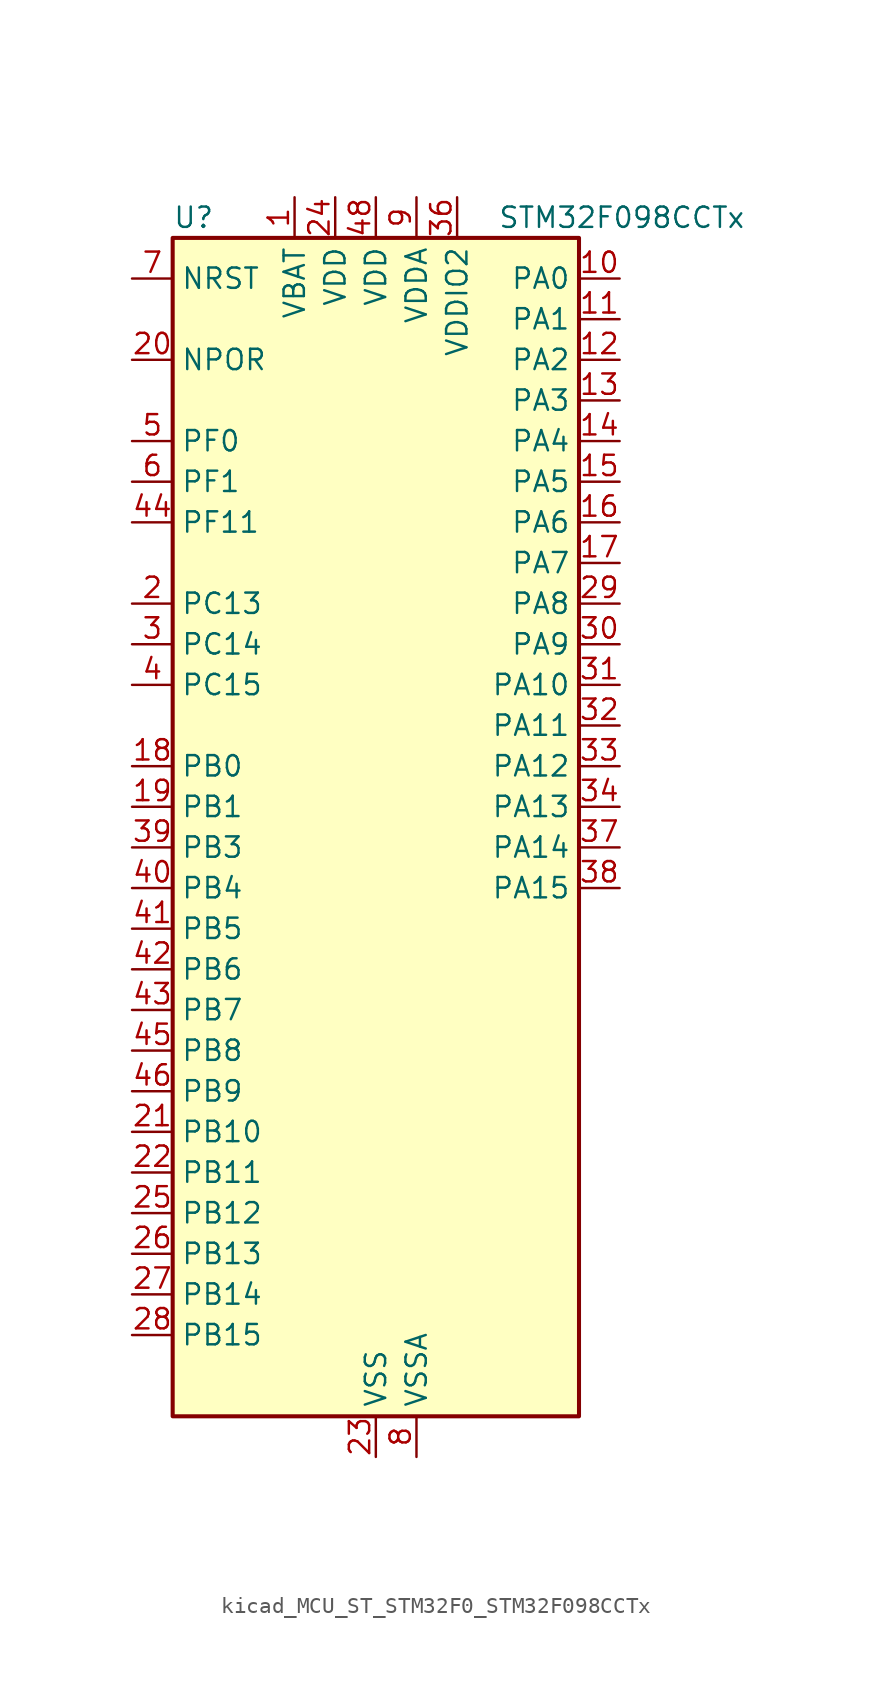
<source format=kicad_sym>
(kicad_symbol_lib
  (version 20220914)
  (generator kicad_symbol_editor)
  (symbol "kicad_MCU_ST_STM32F0_STM32F098CCTx"
    (property "Reference" "U"
      (at -12.7 39.37 0)
      (effects (font (size 1.27 1.27)) (justify left)))
    (property "Value" "STM32F098CCTx"
      (at 7.62 39.37 0)
      (effects (font (size 1.27 1.27)) (justify left)))
    (property "ki_locked" ""
      (at 0 0 0)
      (effects (font (size 1.27 1.27))))
    (symbol "kicad_MCU_ST_STM32F0_STM32F098CCTx_0_1"
      (rectangle (start -12.7 -35.56) (end 12.7 38.1) (stroke (width 0.254) (type default)) (fill (type background))))
    (symbol "kicad_MCU_ST_STM32F0_STM32F098CCTx_1_1"
      (pin power_in line (at -5.08 40.64 270) (length 2.54) (name "VBAT" (effects (font (size 1.27 1.27)))) (number "1" (effects (font (size 1.27 1.27)))))
      (pin bidirectional line (at 15.24 35.56 180) (length 2.54) (name "PA0" (effects (font (size 1.27 1.27)))) (number "10" (effects (font (size 1.27 1.27)))) (alternate "ADC_IN0" bidirectional line) (alternate "COMP1_INM" bidirectional line) (alternate "COMP1_OUT" bidirectional line) (alternate "RTC_TAMP2" bidirectional line) (alternate "SYS_WKUP1" bidirectional line) (alternate "TIM2_CH1" bidirectional line) (alternate "TIM2_ETR" bidirectional line) (alternate "TSC_G1_IO1" bidirectional line) (alternate "USART2_CTS" bidirectional line) (alternate "USART4_TX" bidirectional line))
      (pin bidirectional line (at 15.24 33.02 180) (length 2.54) (name "PA1" (effects (font (size 1.27 1.27)))) (number "11" (effects (font (size 1.27 1.27)))) (alternate "ADC_IN1" bidirectional line) (alternate "COMP1_INP" bidirectional line) (alternate "TIM15_CH1N" bidirectional line) (alternate "TIM2_CH2" bidirectional line) (alternate "TSC_G1_IO2" bidirectional line) (alternate "USART2_DE" bidirectional line) (alternate "USART2_RTS" bidirectional line) (alternate "USART4_RX" bidirectional line))
      (pin bidirectional line (at 15.24 30.48 180) (length 2.54) (name "PA2" (effects (font (size 1.27 1.27)))) (number "12" (effects (font (size 1.27 1.27)))) (alternate "ADC_IN2" bidirectional line) (alternate "COMP2_INM" bidirectional line) (alternate "COMP2_OUT" bidirectional line) (alternate "SYS_WKUP4" bidirectional line) (alternate "TIM15_CH1" bidirectional line) (alternate "TIM2_CH3" bidirectional line) (alternate "TSC_G1_IO3" bidirectional line) (alternate "USART2_TX" bidirectional line))
      (pin bidirectional line (at 15.24 27.94 180) (length 2.54) (name "PA3" (effects (font (size 1.27 1.27)))) (number "13" (effects (font (size 1.27 1.27)))) (alternate "ADC_IN3" bidirectional line) (alternate "COMP2_INP" bidirectional line) (alternate "TIM15_CH2" bidirectional line) (alternate "TIM2_CH4" bidirectional line) (alternate "TSC_G1_IO4" bidirectional line) (alternate "USART2_RX" bidirectional line))
      (pin bidirectional line (at 15.24 25.4 180) (length 2.54) (name "PA4" (effects (font (size 1.27 1.27)))) (number "14" (effects (font (size 1.27 1.27)))) (alternate "ADC_IN4" bidirectional line) (alternate "COMP1_INM" bidirectional line) (alternate "COMP2_INM" bidirectional line) (alternate "DAC_OUT1" bidirectional line) (alternate "I2S1_WS" bidirectional line) (alternate "SPI1_NSS" bidirectional line) (alternate "TIM14_CH1" bidirectional line) (alternate "TSC_G2_IO1" bidirectional line) (alternate "USART2_CK" bidirectional line) (alternate "USART6_TX" bidirectional line))
      (pin bidirectional line (at 15.24 22.86 180) (length 2.54) (name "PA5" (effects (font (size 1.27 1.27)))) (number "15" (effects (font (size 1.27 1.27)))) (alternate "ADC_IN5" bidirectional line) (alternate "CEC" bidirectional line) (alternate "COMP1_INM" bidirectional line) (alternate "COMP2_INM" bidirectional line) (alternate "DAC_OUT2" bidirectional line) (alternate "I2S1_CK" bidirectional line) (alternate "SPI1_SCK" bidirectional line) (alternate "TIM2_CH1" bidirectional line) (alternate "TIM2_ETR" bidirectional line) (alternate "TSC_G2_IO2" bidirectional line) (alternate "USART6_RX" bidirectional line))
      (pin bidirectional line (at 15.24 20.32 180) (length 2.54) (name "PA6" (effects (font (size 1.27 1.27)))) (number "16" (effects (font (size 1.27 1.27)))) (alternate "ADC_IN6" bidirectional line) (alternate "COMP1_OUT" bidirectional line) (alternate "I2S1_MCK" bidirectional line) (alternate "SPI1_MISO" bidirectional line) (alternate "TIM16_CH1" bidirectional line) (alternate "TIM1_BKIN" bidirectional line) (alternate "TIM3_CH1" bidirectional line) (alternate "TSC_G2_IO3" bidirectional line) (alternate "USART3_CTS" bidirectional line))
      (pin bidirectional line (at 15.24 17.78 180) (length 2.54) (name "PA7" (effects (font (size 1.27 1.27)))) (number "17" (effects (font (size 1.27 1.27)))) (alternate "ADC_IN7" bidirectional line) (alternate "COMP2_OUT" bidirectional line) (alternate "I2S1_SD" bidirectional line) (alternate "SPI1_MOSI" bidirectional line) (alternate "TIM14_CH1" bidirectional line) (alternate "TIM17_CH1" bidirectional line) (alternate "TIM1_CH1N" bidirectional line) (alternate "TIM3_CH2" bidirectional line) (alternate "TSC_G2_IO4" bidirectional line))
      (pin bidirectional line (at -15.24 5.08 0) (length 2.54) (name "PB0" (effects (font (size 1.27 1.27)))) (number "18" (effects (font (size 1.27 1.27)))) (alternate "ADC_IN8" bidirectional line) (alternate "TIM1_CH2N" bidirectional line) (alternate "TIM3_CH3" bidirectional line) (alternate "TSC_G3_IO2" bidirectional line) (alternate "USART3_CK" bidirectional line))
      (pin bidirectional line (at -15.24 2.54 0) (length 2.54) (name "PB1" (effects (font (size 1.27 1.27)))) (number "19" (effects (font (size 1.27 1.27)))) (alternate "ADC_IN9" bidirectional line) (alternate "TIM14_CH1" bidirectional line) (alternate "TIM1_CH3N" bidirectional line) (alternate "TIM3_CH4" bidirectional line) (alternate "TSC_G3_IO3" bidirectional line) (alternate "USART3_DE" bidirectional line) (alternate "USART3_RTS" bidirectional line))
      (pin bidirectional line (at -15.24 15.24 0) (length 2.54) (name "PC13" (effects (font (size 1.27 1.27)))) (number "2" (effects (font (size 1.27 1.27)))) (alternate "RTC_OUT_ALARM" bidirectional line) (alternate "RTC_OUT_CALIB" bidirectional line) (alternate "RTC_TAMP1" bidirectional line) (alternate "RTC_TS" bidirectional line) (alternate "SYS_WKUP2" bidirectional line))
      (pin input line (at -15.24 30.48 0) (length 2.54) (name "NPOR" (effects (font (size 1.27 1.27)))) (number "20" (effects (font (size 1.27 1.27)))))
      (pin bidirectional line (at -15.24 -17.78 0) (length 2.54) (name "PB10" (effects (font (size 1.27 1.27)))) (number "21" (effects (font (size 1.27 1.27)))) (alternate "CEC" bidirectional line) (alternate "I2C2_SCL" bidirectional line) (alternate "I2S2_CK" bidirectional line) (alternate "SPI2_SCK" bidirectional line) (alternate "TIM2_CH3" bidirectional line) (alternate "TSC_SYNC" bidirectional line) (alternate "USART3_TX" bidirectional line))
      (pin bidirectional line (at -15.24 -20.32 0) (length 2.54) (name "PB11" (effects (font (size 1.27 1.27)))) (number "22" (effects (font (size 1.27 1.27)))) (alternate "I2C2_SDA" bidirectional line) (alternate "TIM2_CH4" bidirectional line) (alternate "TSC_G6_IO1" bidirectional line) (alternate "USART3_RX" bidirectional line))
      (pin power_in line (at 0 -38.1 90) (length 2.54) (name "VSS" (effects (font (size 1.27 1.27)))) (number "23" (effects (font (size 1.27 1.27)))))
      (pin power_in line (at -2.54 40.64 270) (length 2.54) (name "VDD" (effects (font (size 1.27 1.27)))) (number "24" (effects (font (size 1.27 1.27)))))
      (pin bidirectional line (at -15.24 -22.86 0) (length 2.54) (name "PB12" (effects (font (size 1.27 1.27)))) (number "25" (effects (font (size 1.27 1.27)))) (alternate "I2S2_WS" bidirectional line) (alternate "SPI2_NSS" bidirectional line) (alternate "TIM15_BKIN" bidirectional line) (alternate "TIM1_BKIN" bidirectional line) (alternate "TSC_G6_IO2" bidirectional line) (alternate "USART3_CK" bidirectional line))
      (pin bidirectional line (at -15.24 -25.4 0) (length 2.54) (name "PB13" (effects (font (size 1.27 1.27)))) (number "26" (effects (font (size 1.27 1.27)))) (alternate "I2C2_SCL" bidirectional line) (alternate "I2S2_CK" bidirectional line) (alternate "SPI2_SCK" bidirectional line) (alternate "TIM1_CH1N" bidirectional line) (alternate "TSC_G6_IO3" bidirectional line) (alternate "USART3_CTS" bidirectional line))
      (pin bidirectional line (at -15.24 -27.94 0) (length 2.54) (name "PB14" (effects (font (size 1.27 1.27)))) (number "27" (effects (font (size 1.27 1.27)))) (alternate "I2C2_SDA" bidirectional line) (alternate "I2S2_MCK" bidirectional line) (alternate "SPI2_MISO" bidirectional line) (alternate "TIM15_CH1" bidirectional line) (alternate "TIM1_CH2N" bidirectional line) (alternate "TSC_G6_IO4" bidirectional line) (alternate "USART3_DE" bidirectional line) (alternate "USART3_RTS" bidirectional line))
      (pin bidirectional line (at -15.24 -30.48 0) (length 2.54) (name "PB15" (effects (font (size 1.27 1.27)))) (number "28" (effects (font (size 1.27 1.27)))) (alternate "I2S2_SD" bidirectional line) (alternate "RTC_REFIN" bidirectional line) (alternate "SPI2_MOSI" bidirectional line) (alternate "SYS_WKUP7" bidirectional line) (alternate "TIM15_CH1N" bidirectional line) (alternate "TIM15_CH2" bidirectional line) (alternate "TIM1_CH3N" bidirectional line))
      (pin bidirectional line (at 15.24 15.24 180) (length 2.54) (name "PA8" (effects (font (size 1.27 1.27)))) (number "29" (effects (font (size 1.27 1.27)))) (alternate "CRS_SYNC" bidirectional line) (alternate "RCC_MCO" bidirectional line) (alternate "TIM1_CH1" bidirectional line) (alternate "USART1_CK" bidirectional line))
      (pin bidirectional line (at -15.24 12.7 0) (length 2.54) (name "PC14" (effects (font (size 1.27 1.27)))) (number "3" (effects (font (size 1.27 1.27)))) (alternate "RCC_OSC32_IN" bidirectional line))
      (pin bidirectional line (at 15.24 12.7 180) (length 2.54) (name "PA9" (effects (font (size 1.27 1.27)))) (number "30" (effects (font (size 1.27 1.27)))) (alternate "DAC_EXTI9" bidirectional line) (alternate "I2C1_SCL" bidirectional line) (alternate "RCC_MCO" bidirectional line) (alternate "TIM15_BKIN" bidirectional line) (alternate "TIM1_CH2" bidirectional line) (alternate "TSC_G4_IO1" bidirectional line) (alternate "USART1_TX" bidirectional line))
      (pin bidirectional line (at 15.24 10.16 180) (length 2.54) (name "PA10" (effects (font (size 1.27 1.27)))) (number "31" (effects (font (size 1.27 1.27)))) (alternate "I2C1_SDA" bidirectional line) (alternate "TIM17_BKIN" bidirectional line) (alternate "TIM1_CH3" bidirectional line) (alternate "TSC_G4_IO2" bidirectional line) (alternate "USART1_RX" bidirectional line))
      (pin bidirectional line (at 15.24 7.62 180) (length 2.54) (name "PA11" (effects (font (size 1.27 1.27)))) (number "32" (effects (font (size 1.27 1.27)))) (alternate "CAN_RX" bidirectional line) (alternate "COMP1_OUT" bidirectional line) (alternate "I2C2_SCL" bidirectional line) (alternate "TIM1_CH4" bidirectional line) (alternate "TSC_G4_IO3" bidirectional line) (alternate "USART1_CTS" bidirectional line))
      (pin bidirectional line (at 15.24 5.08 180) (length 2.54) (name "PA12" (effects (font (size 1.27 1.27)))) (number "33" (effects (font (size 1.27 1.27)))) (alternate "CAN_TX" bidirectional line) (alternate "COMP2_OUT" bidirectional line) (alternate "I2C2_SDA" bidirectional line) (alternate "TIM1_ETR" bidirectional line) (alternate "TSC_G4_IO4" bidirectional line) (alternate "USART1_DE" bidirectional line) (alternate "USART1_RTS" bidirectional line))
      (pin bidirectional line (at 15.24 2.54 180) (length 2.54) (name "PA13" (effects (font (size 1.27 1.27)))) (number "34" (effects (font (size 1.27 1.27)))) (alternate "IR_OUT" bidirectional line) (alternate "SYS_SWDIO" bidirectional line))
      (pin passive line (at 0 -38.1 90) (length 2.54) hide (name "VSS" (effects (font (size 1.27 1.27)))) (number "35" (effects (font (size 1.27 1.27)))))
      (pin power_in line (at 5.08 40.64 270) (length 2.54) (name "VDDIO2" (effects (font (size 1.27 1.27)))) (number "36" (effects (font (size 1.27 1.27)))))
      (pin bidirectional line (at 15.24 0 180) (length 2.54) (name "PA14" (effects (font (size 1.27 1.27)))) (number "37" (effects (font (size 1.27 1.27)))) (alternate "SYS_SWCLK" bidirectional line) (alternate "USART2_TX" bidirectional line))
      (pin bidirectional line (at 15.24 -2.54 180) (length 2.54) (name "PA15" (effects (font (size 1.27 1.27)))) (number "38" (effects (font (size 1.27 1.27)))) (alternate "I2S1_WS" bidirectional line) (alternate "SPI1_NSS" bidirectional line) (alternate "TIM2_CH1" bidirectional line) (alternate "TIM2_ETR" bidirectional line) (alternate "USART2_RX" bidirectional line) (alternate "USART4_DE" bidirectional line) (alternate "USART4_RTS" bidirectional line))
      (pin bidirectional line (at -15.24 0 0) (length 2.54) (name "PB3" (effects (font (size 1.27 1.27)))) (number "39" (effects (font (size 1.27 1.27)))) (alternate "I2S1_CK" bidirectional line) (alternate "SPI1_SCK" bidirectional line) (alternate "TIM2_CH2" bidirectional line) (alternate "TSC_G5_IO1" bidirectional line) (alternate "USART5_TX" bidirectional line))
      (pin bidirectional line (at -15.24 10.16 0) (length 2.54) (name "PC15" (effects (font (size 1.27 1.27)))) (number "4" (effects (font (size 1.27 1.27)))) (alternate "RCC_OSC32_OUT" bidirectional line))
      (pin bidirectional line (at -15.24 -2.54 0) (length 2.54) (name "PB4" (effects (font (size 1.27 1.27)))) (number "40" (effects (font (size 1.27 1.27)))) (alternate "I2S1_MCK" bidirectional line) (alternate "SPI1_MISO" bidirectional line) (alternate "TIM17_BKIN" bidirectional line) (alternate "TIM3_CH1" bidirectional line) (alternate "TSC_G5_IO2" bidirectional line) (alternate "USART5_RX" bidirectional line))
      (pin bidirectional line (at -15.24 -5.08 0) (length 2.54) (name "PB5" (effects (font (size 1.27 1.27)))) (number "41" (effects (font (size 1.27 1.27)))) (alternate "I2C1_SMBA" bidirectional line) (alternate "I2S1_SD" bidirectional line) (alternate "SPI1_MOSI" bidirectional line) (alternate "SYS_WKUP6" bidirectional line) (alternate "TIM16_BKIN" bidirectional line) (alternate "TIM3_CH2" bidirectional line) (alternate "USART5_CK" bidirectional line) (alternate "USART5_DE" bidirectional line) (alternate "USART5_RTS" bidirectional line))
      (pin bidirectional line (at -15.24 -7.62 0) (length 2.54) (name "PB6" (effects (font (size 1.27 1.27)))) (number "42" (effects (font (size 1.27 1.27)))) (alternate "I2C1_SCL" bidirectional line) (alternate "TIM16_CH1N" bidirectional line) (alternate "TSC_G5_IO3" bidirectional line) (alternate "USART1_TX" bidirectional line))
      (pin bidirectional line (at -15.24 -10.16 0) (length 2.54) (name "PB7" (effects (font (size 1.27 1.27)))) (number "43" (effects (font (size 1.27 1.27)))) (alternate "I2C1_SDA" bidirectional line) (alternate "TIM17_CH1N" bidirectional line) (alternate "TSC_G5_IO4" bidirectional line) (alternate "USART1_RX" bidirectional line) (alternate "USART4_CTS" bidirectional line))
      (pin bidirectional line (at -15.24 20.32 0) (length 2.54) (name "PF11" (effects (font (size 1.27 1.27)))) (number "44" (effects (font (size 1.27 1.27)))))
      (pin bidirectional line (at -15.24 -12.7 0) (length 2.54) (name "PB8" (effects (font (size 1.27 1.27)))) (number "45" (effects (font (size 1.27 1.27)))) (alternate "CAN_RX" bidirectional line) (alternate "CEC" bidirectional line) (alternate "I2C1_SCL" bidirectional line) (alternate "TIM16_CH1" bidirectional line) (alternate "TSC_SYNC" bidirectional line))
      (pin bidirectional line (at -15.24 -15.24 0) (length 2.54) (name "PB9" (effects (font (size 1.27 1.27)))) (number "46" (effects (font (size 1.27 1.27)))) (alternate "CAN_TX" bidirectional line) (alternate "DAC_EXTI9" bidirectional line) (alternate "I2C1_SDA" bidirectional line) (alternate "I2S2_WS" bidirectional line) (alternate "IR_OUT" bidirectional line) (alternate "SPI2_NSS" bidirectional line) (alternate "TIM17_CH1" bidirectional line))
      (pin passive line (at 0 -38.1 90) (length 2.54) hide (name "VSS" (effects (font (size 1.27 1.27)))) (number "47" (effects (font (size 1.27 1.27)))))
      (pin power_in line (at 0 40.64 270) (length 2.54) (name "VDD" (effects (font (size 1.27 1.27)))) (number "48" (effects (font (size 1.27 1.27)))))
      (pin bidirectional line (at -15.24 25.4 0) (length 2.54) (name "PF0" (effects (font (size 1.27 1.27)))) (number "5" (effects (font (size 1.27 1.27)))) (alternate "CRS_SYNC" bidirectional line) (alternate "I2C1_SDA" bidirectional line) (alternate "RCC_OSC_IN" bidirectional line))
      (pin bidirectional line (at -15.24 22.86 0) (length 2.54) (name "PF1" (effects (font (size 1.27 1.27)))) (number "6" (effects (font (size 1.27 1.27)))) (alternate "I2C1_SCL" bidirectional line) (alternate "RCC_OSC_OUT" bidirectional line))
      (pin input line (at -15.24 35.56 0) (length 2.54) (name "NRST" (effects (font (size 1.27 1.27)))) (number "7" (effects (font (size 1.27 1.27)))))
      (pin power_in line (at 2.54 -38.1 90) (length 2.54) (name "VSSA" (effects (font (size 1.27 1.27)))) (number "8" (effects (font (size 1.27 1.27)))))
      (pin power_in line (at 2.54 40.64 270) (length 2.54) (name "VDDA" (effects (font (size 1.27 1.27)))) (number "9" (effects (font (size 1.27 1.27))))))))
</source>
